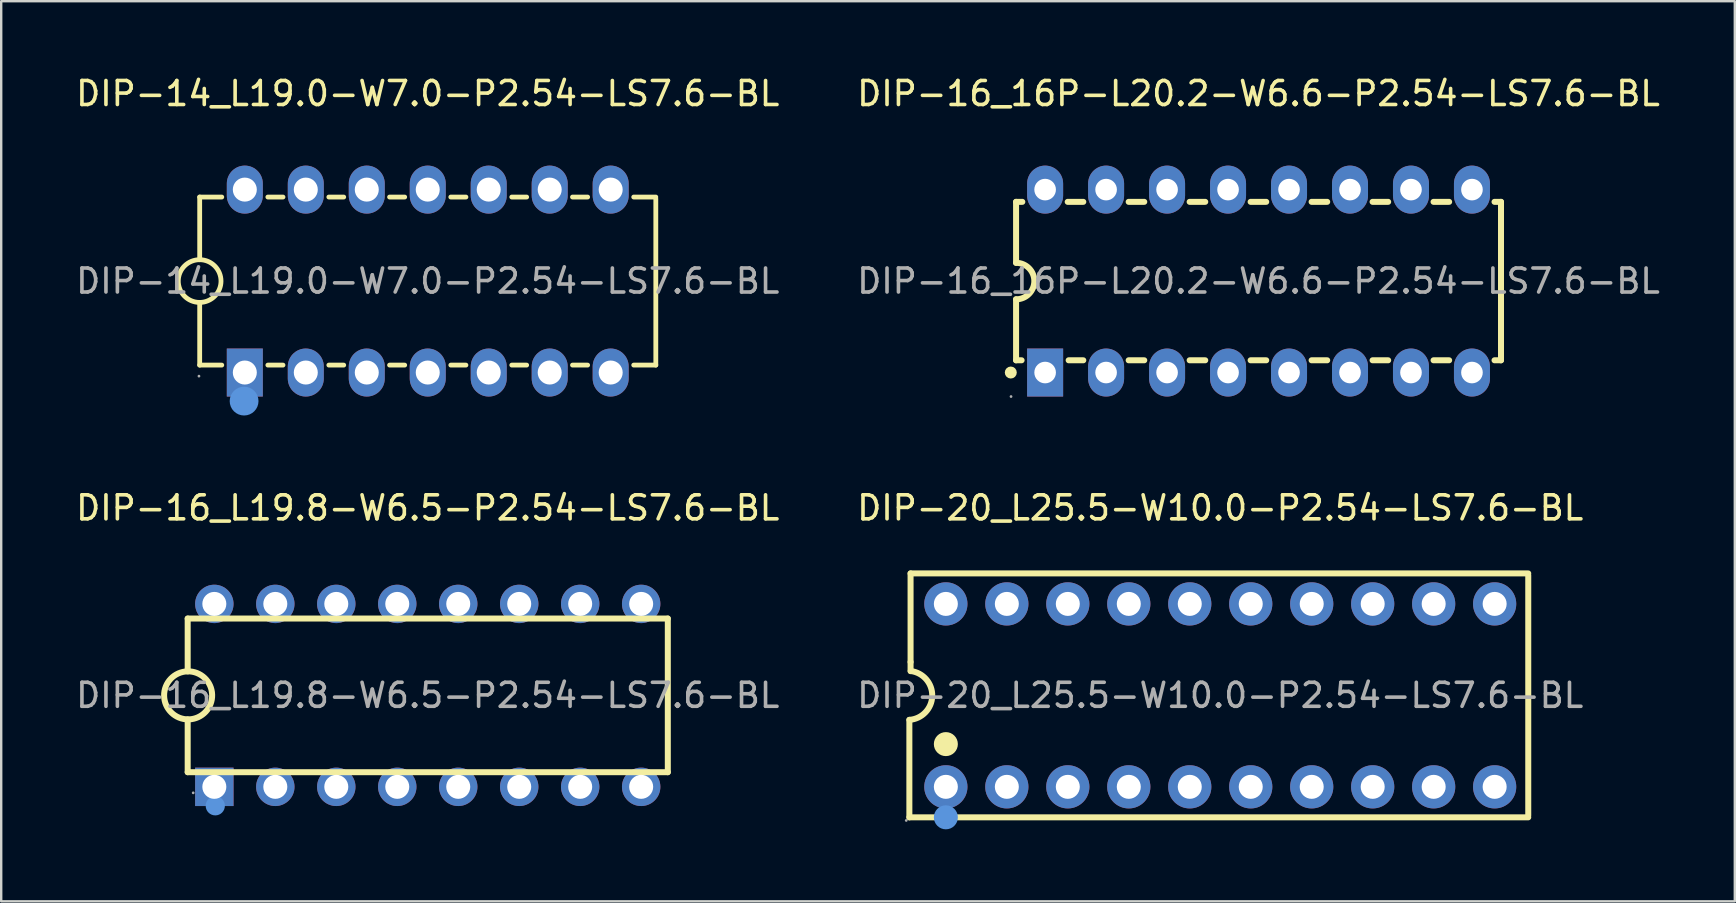
<source format=kicad_pcb>
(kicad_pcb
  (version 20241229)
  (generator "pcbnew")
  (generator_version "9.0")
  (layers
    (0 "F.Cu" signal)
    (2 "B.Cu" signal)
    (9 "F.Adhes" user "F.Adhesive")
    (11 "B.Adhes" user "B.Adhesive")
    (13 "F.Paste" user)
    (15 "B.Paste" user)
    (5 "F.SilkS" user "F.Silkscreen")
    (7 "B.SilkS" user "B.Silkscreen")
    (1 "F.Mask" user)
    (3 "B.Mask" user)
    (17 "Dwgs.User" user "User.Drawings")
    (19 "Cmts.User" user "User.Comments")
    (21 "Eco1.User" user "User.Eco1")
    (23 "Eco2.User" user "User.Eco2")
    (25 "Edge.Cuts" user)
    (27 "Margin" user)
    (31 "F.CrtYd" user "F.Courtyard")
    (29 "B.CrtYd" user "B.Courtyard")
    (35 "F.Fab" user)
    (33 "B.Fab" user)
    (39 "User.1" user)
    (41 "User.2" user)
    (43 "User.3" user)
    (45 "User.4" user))
  (footprint "DIP-16_L19.8-W6.5-P2.54-LS7.6-BL"
    (layer "F.Cu")
    (at 14.768 25.916)
    (property "Reference" "DIP-16_L19.8-W6.5-P2.54-LS7.6-BL" (at 0 -7.81 0) (layer "F.SilkS") (effects (font (size 1 1) (thickness 0.15))))
    (attr through_hole)
    (fp_line (start -10 -1) (end -10 -3.2) (stroke (width 0.25) (type solid)) (layer "F.SilkS"))
    (fp_line (start -10 3.2) (end -10 1) (stroke (width 0.25) (type solid)) (layer "F.SilkS"))
    (fp_line (start 10 -3.2) (end -10 -3.2) (stroke (width 0.25) (type solid)) (layer "F.SilkS"))
    (fp_line (start 10 3.2) (end -10 3.2) (stroke (width 0.25) (type solid)) (layer "F.SilkS"))
    (fp_line (start 10 3.2) (end 10 -3.2) (stroke (width 0.25) (type solid)) (layer "F.SilkS"))
    (fp_arc (start -9.967457 1.000371) (mid -10.001272 -1.000223) (end -9.95 1) (stroke (width 0.25) (type solid)) (layer "F.SilkS"))
    (fp_circle (center -8.85 4.6) (end -8.65 4.6) (stroke (width 0.4) (type solid)) (fill no) (layer "Cmts.User"))
    (fp_circle (center -9.77 4.06) (end -9.74 4.06) (stroke (width 0.06) (type solid)) (fill no) (layer "F.Fab"))
    (fp_circle (center -8.89 -3.75) (end -8.77 -3.75) (stroke (width 0.25) (type solid)) (fill no) (layer "F.Fab"))
    (fp_circle (center -8.89 3.81) (end -8.77 3.81) (stroke (width 0.25) (type solid)) (fill no) (layer "F.Fab"))
    (fp_circle (center -6.35 -3.75) (end -6.23 -3.75) (stroke (width 0.25) (type solid)) (fill no) (layer "F.Fab"))
    (fp_circle (center -6.35 3.75) (end -6.23 3.75) (stroke (width 0.25) (type solid)) (fill no) (layer "F.Fab"))
    (fp_circle (center -3.81 -3.75) (end -3.69 -3.75) (stroke (width 0.25) (type solid)) (fill no) (layer "F.Fab"))
    (fp_circle (center -3.81 3.75) (end -3.69 3.75) (stroke (width 0.25) (type solid)) (fill no) (layer "F.Fab"))
    (fp_circle (center -1.27 -3.81) (end -1.15 -3.81) (stroke (width 0.25) (type solid)) (fill no) (layer "F.Fab"))
    (fp_circle (center -1.27 3.81) (end -1.15 3.81) (stroke (width 0.25) (type solid)) (fill no) (layer "F.Fab"))
    (fp_circle (center 1.27 -3.81) (end 1.39 -3.81) (stroke (width 0.25) (type solid)) (fill no) (layer "F.Fab"))
    (fp_circle (center 1.27 3.81) (end 1.39 3.81) (stroke (width 0.25) (type solid)) (fill no) (layer "F.Fab"))
    (fp_circle (center 3.81 -3.75) (end 3.93 -3.75) (stroke (width 0.25) (type solid)) (fill no) (layer "F.Fab"))
    (fp_circle (center 3.81 3.75) (end 3.93 3.75) (stroke (width 0.25) (type solid)) (fill no) (layer "F.Fab"))
    (fp_circle (center 6.35 -3.75) (end 6.47 -3.75) (stroke (width 0.25) (type solid)) (fill no) (layer "F.Fab"))
    (fp_circle (center 6.35 3.75) (end 6.47 3.75) (stroke (width 0.25) (type solid)) (fill no) (layer "F.Fab"))
    (fp_circle (center 8.89 -3.81) (end 9.01 -3.81) (stroke (width 0.25) (type solid)) (fill no) (layer "F.Fab"))
    (fp_circle (center 8.89 3.75) (end 9.01 3.75) (stroke (width 0.25) (type solid)) (fill no) (layer "F.Fab"))
    (fp_text user "${REFERENCE}" (at 0 0 0) (layer "F.Fab") (effects (font (size 1 1) (thickness 0.15))))
    (pad "1" thru_hole rect (at -8.89 3.81 90) (size 1.6 1.6) (drill 1) (layers "*.Cu" "*.Paste" "*.Mask"))
    (pad "2" thru_hole circle (at -6.35 3.81 90) (size 1.6 1.6) (drill 1) (layers "*.Cu" "*.Paste" "*.Mask"))
    (pad "3" thru_hole circle (at -3.81 3.81 90) (size 1.6 1.6) (drill 1) (layers "*.Cu" "*.Paste" "*.Mask"))
    (pad "4" thru_hole circle (at -1.27 3.81 90) (size 1.6 1.6) (drill 1) (layers "*.Cu" "*.Paste" "*.Mask"))
    (pad "5" thru_hole circle (at 1.27 3.81 90) (size 1.6 1.6) (drill 1) (layers "*.Cu" "*.Paste" "*.Mask"))
    (pad "6" thru_hole circle (at 3.81 3.81 90) (size 1.6 1.6) (drill 1) (layers "*.Cu" "*.Paste" "*.Mask"))
    (pad "7" thru_hole circle (at 6.35 3.81 90) (size 1.6 1.6) (drill 1) (layers "*.Cu" "*.Paste" "*.Mask"))
    (pad "8" thru_hole circle (at 8.89 3.81 90) (size 1.6 1.6) (drill 1) (layers "*.Cu" "*.Paste" "*.Mask"))
    (pad "9" thru_hole circle (at 8.89 -3.81 90) (size 1.6 1.6) (drill 1) (layers "*.Cu" "*.Paste" "*.Mask"))
    (pad "10" thru_hole circle (at 6.35 -3.81 90) (size 1.6 1.6) (drill 1) (layers "*.Cu" "*.Paste" "*.Mask"))
    (pad "11" thru_hole circle (at 3.81 -3.81 90) (size 1.6 1.6) (drill 1) (layers "*.Cu" "*.Paste" "*.Mask"))
    (pad "12" thru_hole circle (at 1.27 -3.81 90) (size 1.6 1.6) (drill 1) (layers "*.Cu" "*.Paste" "*.Mask"))
    (pad "13" thru_hole circle (at -1.27 -3.81 90) (size 1.6 1.6) (drill 1) (layers "*.Cu" "*.Paste" "*.Mask"))
    (pad "14" thru_hole circle (at -3.81 -3.81 90) (size 1.6 1.6) (drill 1) (layers "*.Cu" "*.Paste" "*.Mask"))
    (pad "15" thru_hole circle (at -6.35 -3.81 90) (size 1.6 1.6) (drill 1) (layers "*.Cu" "*.Paste" "*.Mask"))
    (pad "16" thru_hole circle (at -8.89 -3.81 90) (size 1.6 1.6) (drill 1) (layers "*.Cu" "*.Paste" "*.Mask")))
  (footprint "DIP-20_L25.5-W10.0-P2.54-LS7.6-BL"
    (layer "F.Cu")
    (at 47.78 25.916)
    (property "Reference" "DIP-20_L25.5-W10.0-P2.54-LS7.6-BL" (at 0 -7.81 0) (layer "F.SilkS") (effects (font (size 1 1) (thickness 0.15))))
    (attr through_hole)
    (fp_line (start -12.95 5.08) (end -12.95 1.02) (stroke (width 0.25) (type solid)) (layer "F.SilkS"))
    (fp_line (start -12.95 5.08) (end 12.83 5.08) (stroke (width 0.25) (type solid)) (layer "F.SilkS"))
    (fp_line (start -12.9 -5.08) (end -12.9 -1.39) (stroke (width 0.25) (type solid)) (layer "F.SilkS"))
    (fp_line (start -12.9 -5.08) (end 12.83 -5.08) (stroke (width 0.25) (type solid)) (layer "F.SilkS"))
    (fp_line (start -12.9 -1.39) (end -12.9 -1.01) (stroke (width 0.25) (type solid)) (layer "F.SilkS"))
    (fp_line (start 12.83 -5) (end 12.83 5) (stroke (width 0.25) (type solid)) (layer "F.SilkS"))
    (fp_arc (start -12.894089 -1.014616) (mid -11.997987 0.028085) (end -12.95 1.02) (stroke (width 0.25) (type solid)) (layer "F.SilkS"))
    (fp_circle (center -11.43 2.03) (end -11.18 2.03) (stroke (width 0.5) (type solid)) (fill no) (layer "F.SilkS"))
    (fp_circle (center -11.43 5.08) (end -11.18 5.08) (stroke (width 0.5) (type solid)) (fill no) (layer "Cmts.User"))
    (fp_circle (center -13.08 5.21) (end -13.05 5.21) (stroke (width 0.06) (type solid)) (fill no) (layer "F.Fab"))
    (fp_circle (center -11.43 -3.81) (end -11.23 -3.81) (stroke (width 0.4) (type solid)) (fill no) (layer "F.Fab"))
    (fp_circle (center -11.43 3.81) (end -11.23 3.81) (stroke (width 0.4) (type solid)) (fill no) (layer "F.Fab"))
    (fp_circle (center -8.89 -3.81) (end -8.69 -3.81) (stroke (width 0.4) (type solid)) (fill no) (layer "F.Fab"))
    (fp_circle (center -8.89 3.81) (end -8.69 3.81) (stroke (width 0.4) (type solid)) (fill no) (layer "F.Fab"))
    (fp_circle (center -6.35 -3.81) (end -6.15 -3.81) (stroke (width 0.4) (type solid)) (fill no) (layer "F.Fab"))
    (fp_circle (center -6.35 3.81) (end -6.15 3.81) (stroke (width 0.4) (type solid)) (fill no) (layer "F.Fab"))
    (fp_circle (center -3.81 -3.81) (end -3.61 -3.81) (stroke (width 0.4) (type solid)) (fill no) (layer "F.Fab"))
    (fp_circle (center -3.81 3.81) (end -3.61 3.81) (stroke (width 0.4) (type solid)) (fill no) (layer "F.Fab"))
    (fp_circle (center -1.27 -3.81) (end -1.07 -3.81) (stroke (width 0.4) (type solid)) (fill no) (layer "F.Fab"))
    (fp_circle (center -1.27 3.81) (end -1.07 3.81) (stroke (width 0.4) (type solid)) (fill no) (layer "F.Fab"))
    (fp_circle (center 1.27 -3.81) (end 1.47 -3.81) (stroke (width 0.4) (type solid)) (fill no) (layer "F.Fab"))
    (fp_circle (center 1.27 3.81) (end 1.47 3.81) (stroke (width 0.4) (type solid)) (fill no) (layer "F.Fab"))
    (fp_circle (center 3.81 -3.81) (end 4.01 -3.81) (stroke (width 0.4) (type solid)) (fill no) (layer "F.Fab"))
    (fp_circle (center 3.81 3.81) (end 4.01 3.81) (stroke (width 0.4) (type solid)) (fill no) (layer "F.Fab"))
    (fp_circle (center 6.35 -3.81) (end 6.55 -3.81) (stroke (width 0.4) (type solid)) (fill no) (layer "F.Fab"))
    (fp_circle (center 6.35 3.81) (end 6.55 3.81) (stroke (width 0.4) (type solid)) (fill no) (layer "F.Fab"))
    (fp_circle (center 8.89 -3.81) (end 9.09 -3.81) (stroke (width 0.4) (type solid)) (fill no) (layer "F.Fab"))
    (fp_circle (center 8.89 3.81) (end 9.09 3.81) (stroke (width 0.4) (type solid)) (fill no) (layer "F.Fab"))
    (fp_circle (center 11.43 -3.81) (end 11.63 -3.81) (stroke (width 0.4) (type solid)) (fill no) (layer "F.Fab"))
    (fp_circle (center 11.43 3.81) (end 11.63 3.81) (stroke (width 0.4) (type solid)) (fill no) (layer "F.Fab"))
    (fp_text user "${REFERENCE}" (at 0 0 0) (layer "F.Fab") (effects (font (size 1 1) (thickness 0.15))))
    (pad "1" thru_hole circle (at -11.43 3.81) (size 1.8 1.8) (drill 1) (layers "*.Cu" "*.Paste" "*.Mask"))
    (pad "2" thru_hole circle (at -8.89 3.81) (size 1.8 1.8) (drill 1) (layers "*.Cu" "*.Paste" "*.Mask"))
    (pad "3" thru_hole circle (at -6.35 3.81) (size 1.8 1.8) (drill 1) (layers "*.Cu" "*.Paste" "*.Mask"))
    (pad "4" thru_hole circle (at -3.81 3.81) (size 1.8 1.8) (drill 1) (layers "*.Cu" "*.Paste" "*.Mask"))
    (pad "5" thru_hole circle (at -1.27 3.81) (size 1.8 1.8) (drill 1) (layers "*.Cu" "*.Paste" "*.Mask"))
    (pad "6" thru_hole circle (at 1.27 3.81) (size 1.8 1.8) (drill 1) (layers "*.Cu" "*.Paste" "*.Mask"))
    (pad "7" thru_hole circle (at 3.81 3.81) (size 1.8 1.8) (drill 1) (layers "*.Cu" "*.Paste" "*.Mask"))
    (pad "8" thru_hole circle (at 6.35 3.81) (size 1.8 1.8) (drill 1) (layers "*.Cu" "*.Paste" "*.Mask"))
    (pad "9" thru_hole circle (at 8.89 3.81) (size 1.8 1.8) (drill 1) (layers "*.Cu" "*.Paste" "*.Mask"))
    (pad "10" thru_hole circle (at 11.43 3.81) (size 1.8 1.8) (drill 1) (layers "*.Cu" "*.Paste" "*.Mask"))
    (pad "11" thru_hole circle (at 11.43 -3.81) (size 1.8 1.8) (drill 1) (layers "*.Cu" "*.Paste" "*.Mask"))
    (pad "12" thru_hole circle (at 8.89 -3.81) (size 1.8 1.8) (drill 1) (layers "*.Cu" "*.Paste" "*.Mask"))
    (pad "13" thru_hole circle (at 6.35 -3.81) (size 1.8 1.8) (drill 1) (layers "*.Cu" "*.Paste" "*.Mask"))
    (pad "14" thru_hole circle (at 3.81 -3.81) (size 1.8 1.8) (drill 1) (layers "*.Cu" "*.Paste" "*.Mask"))
    (pad "15" thru_hole circle (at 1.27 -3.81) (size 1.8 1.8) (drill 1) (layers "*.Cu" "*.Paste" "*.Mask"))
    (pad "16" thru_hole circle (at -1.27 -3.81) (size 1.8 1.8) (drill 1) (layers "*.Cu" "*.Paste" "*.Mask"))
    (pad "17" thru_hole circle (at -3.81 -3.81) (size 1.8 1.8) (drill 1) (layers "*.Cu" "*.Paste" "*.Mask"))
    (pad "18" thru_hole circle (at -6.35 -3.81) (size 1.8 1.8) (drill 1) (layers "*.Cu" "*.Paste" "*.Mask"))
    (pad "19" thru_hole circle (at -8.89 -3.81) (size 1.8 1.8) (drill 1) (layers "*.Cu" "*.Paste" "*.Mask"))
    (pad "20" thru_hole circle (at -11.43 -3.81) (size 1.8 1.8) (drill 1) (layers "*.Cu" "*.Paste" "*.Mask")))
  (footprint "DIP-14_L19.0-W7.0-P2.54-LS7.6-BL"
    (layer "F.Cu")
    (at 14.768 8.658)
    (property "Reference" "DIP-14_L19.0-W7.0-P2.54-LS7.6-BL" (at 0 -7.81 0) (layer "F.SilkS") (effects (font (size 1 1) (thickness 0.15))))
    (attr through_hole)
    (fp_line (start -9.5 -3.5) (end -9.5 -0.89) (stroke (width 0.2) (type solid)) (layer "F.SilkS"))
    (fp_line (start -9.5 -3.5) (end -8.58 -3.5) (stroke (width 0.2) (type solid)) (layer "F.SilkS"))
    (fp_line (start -9.5 3.5) (end -9.5 0.89) (stroke (width 0.2) (type solid)) (layer "F.SilkS"))
    (fp_line (start -9.5 3.5) (end -8.58 3.5) (stroke (width 0.2) (type solid)) (layer "F.SilkS"))
    (fp_line (start -6.66 -3.5) (end -6.03 -3.5) (stroke (width 0.2) (type solid)) (layer "F.SilkS"))
    (fp_line (start -6.66 3.5) (end -6.03 3.5) (stroke (width 0.2) (type solid)) (layer "F.SilkS"))
    (fp_line (start -4.12 -3.5) (end -3.5 -3.5) (stroke (width 0.2) (type solid)) (layer "F.SilkS"))
    (fp_line (start -4.12 3.5) (end -3.5 3.5) (stroke (width 0.2) (type solid)) (layer "F.SilkS"))
    (fp_line (start -1.59 -3.5) (end -0.96 -3.5) (stroke (width 0.2) (type solid)) (layer "F.SilkS"))
    (fp_line (start -1.59 3.5) (end -0.96 3.5) (stroke (width 0.2) (type solid)) (layer "F.SilkS"))
    (fp_line (start 0.96 -3.5) (end 1.59 -3.5) (stroke (width 0.2) (type solid)) (layer "F.SilkS"))
    (fp_line (start 0.96 3.5) (end 1.59 3.5) (stroke (width 0.2) (type solid)) (layer "F.SilkS"))
    (fp_line (start 3.5 -3.5) (end 4.12 -3.5) (stroke (width 0.2) (type solid)) (layer "F.SilkS"))
    (fp_line (start 3.5 3.5) (end 4.12 3.5) (stroke (width 0.2) (type solid)) (layer "F.SilkS"))
    (fp_line (start 6.03 -3.5) (end 6.66 -3.5) (stroke (width 0.2) (type solid)) (layer "F.SilkS"))
    (fp_line (start 6.03 3.5) (end 6.66 3.5) (stroke (width 0.2) (type solid)) (layer "F.SilkS"))
    (fp_line (start 8.58 -3.5) (end 9.5 -3.5) (stroke (width 0.2) (type solid)) (layer "F.SilkS"))
    (fp_line (start 8.58 3.5) (end 9.5 3.5) (stroke (width 0.2) (type solid)) (layer "F.SilkS"))
    (fp_line (start 9.5 3.5) (end 9.5 -3.43) (stroke (width 0.2) (type solid)) (layer "F.SilkS"))
    (fp_arc (start -9.515533 0.889864) (mid -9.492233 -0.889966) (end -9.5 0.89) (stroke (width 0.2) (type solid)) (layer "F.SilkS"))
    (fp_circle (center -7.65 5) (end -7.35 5) (stroke (width 0.6) (type solid)) (fill no) (layer "Cmts.User"))
    (fp_circle (center -9.53 3.96) (end -9.5 3.96) (stroke (width 0.06) (type solid)) (fill no) (layer "F.Fab"))
    (fp_text user "${REFERENCE}" (at 0 0 0) (layer "F.Fab") (effects (font (size 1 1) (thickness 0.15))))
    (pad "1" thru_hole rect (at -7.62 3.81 90) (size 2 1.5) (drill 1) (layers "*.Cu" "*.Paste" "*.Mask"))
    (pad "2" thru_hole oval (at -5.08 3.81 90) (size 2 1.5) (drill 1) (layers "*.Cu" "*.Paste" "*.Mask"))
    (pad "3" thru_hole oval (at -2.54 3.81 90) (size 2 1.5) (drill 1) (layers "*.Cu" "*.Paste" "*.Mask"))
    (pad "4" thru_hole oval (at 0 3.81 90) (size 2 1.5) (drill 1) (layers "*.Cu" "*.Paste" "*.Mask"))
    (pad "5" thru_hole oval (at 2.54 3.81 90) (size 2 1.5) (drill 1) (layers "*.Cu" "*.Paste" "*.Mask"))
    (pad "6" thru_hole oval (at 5.08 3.81 90) (size 2 1.5) (drill 1) (layers "*.Cu" "*.Paste" "*.Mask"))
    (pad "7" thru_hole oval (at 7.62 3.81 90) (size 2 1.5) (drill 1) (layers "*.Cu" "*.Paste" "*.Mask"))
    (pad "8" thru_hole oval (at 7.62 -3.81 90) (size 2 1.5) (drill 1) (layers "*.Cu" "*.Paste" "*.Mask"))
    (pad "9" thru_hole oval (at 5.08 -3.81 90) (size 2 1.5) (drill 1) (layers "*.Cu" "*.Paste" "*.Mask"))
    (pad "10" thru_hole oval (at 2.54 -3.81 90) (size 2 1.5) (drill 1) (layers "*.Cu" "*.Paste" "*.Mask"))
    (pad "11" thru_hole oval (at 0 -3.81 90) (size 2 1.5) (drill 1) (layers "*.Cu" "*.Paste" "*.Mask"))
    (pad "12" thru_hole oval (at -2.54 -3.81 90) (size 2 1.5) (drill 1) (layers "*.Cu" "*.Paste" "*.Mask"))
    (pad "13" thru_hole oval (at -5.08 -3.81 90) (size 2 1.5) (drill 1) (layers "*.Cu" "*.Paste" "*.Mask"))
    (pad "14" thru_hole oval (at -7.62 -3.81 90) (size 2 1.5) (drill 1) (layers "*.Cu" "*.Paste" "*.Mask")))
  (footprint "DIP-16_16P-L20.2-W6.6-P2.54-LS7.6-BL"
    (layer "F.Cu")
    (at 49.375 8.658)
    (property "Reference" "DIP-16_16P-L20.2-W6.6-P2.54-LS7.6-BL" (at 0 -7.81 0) (layer "F.SilkS") (effects (font (size 1 1) (thickness 0.15))))
    (attr through_hole)
    (fp_line (start -10.1 -3.3) (end -10.1 -0.76) (stroke (width 0.25) (type solid)) (layer "F.SilkS"))
    (fp_line (start -10.1 -3.3) (end -9.84 -3.3) (stroke (width 0.25) (type solid)) (layer "F.SilkS"))
    (fp_line (start -10.1 3.3) (end -10.1 0.76) (stroke (width 0.25) (type solid)) (layer "F.SilkS"))
    (fp_line (start -9.87 3.3) (end -10.1 3.3) (stroke (width 0.25) (type solid)) (layer "F.SilkS"))
    (fp_line (start -7.95 -3.3) (end -7.3 -3.3) (stroke (width 0.25) (type solid)) (layer "F.SilkS"))
    (fp_line (start -7.3 3.3) (end -7.91 3.3) (stroke (width 0.25) (type solid)) (layer "F.SilkS"))
    (fp_line (start -5.41 -3.3) (end -4.76 -3.3) (stroke (width 0.25) (type solid)) (layer "F.SilkS"))
    (fp_line (start -4.76 3.3) (end -5.41 3.3) (stroke (width 0.25) (type solid)) (layer "F.SilkS"))
    (fp_line (start -2.87 -3.3) (end -2.22 -3.3) (stroke (width 0.25) (type solid)) (layer "F.SilkS"))
    (fp_line (start -2.22 3.3) (end -2.87 3.3) (stroke (width 0.25) (type solid)) (layer "F.SilkS"))
    (fp_line (start -0.33 -3.3) (end 0.32 -3.3) (stroke (width 0.25) (type solid)) (layer "F.SilkS"))
    (fp_line (start 0.32 3.3) (end -0.33 3.3) (stroke (width 0.25) (type solid)) (layer "F.SilkS"))
    (fp_line (start 2.21 -3.3) (end 2.86 -3.3) (stroke (width 0.25) (type solid)) (layer "F.SilkS"))
    (fp_line (start 2.86 3.3) (end 2.21 3.3) (stroke (width 0.25) (type solid)) (layer "F.SilkS"))
    (fp_line (start 4.75 -3.3) (end 5.4 -3.3) (stroke (width 0.25) (type solid)) (layer "F.SilkS"))
    (fp_line (start 5.4 3.3) (end 4.75 3.3) (stroke (width 0.25) (type solid)) (layer "F.SilkS"))
    (fp_line (start 7.29 -3.3) (end 7.94 -3.3) (stroke (width 0.25) (type solid)) (layer "F.SilkS"))
    (fp_line (start 7.94 3.3) (end 7.29 3.3) (stroke (width 0.25) (type solid)) (layer "F.SilkS"))
    (fp_line (start 9.83 -3.3) (end 10.1 -3.3) (stroke (width 0.25) (type solid)) (layer "F.SilkS"))
    (fp_line (start 10.1 3.3) (end 9.83 3.3) (stroke (width 0.25) (type solid)) (layer "F.SilkS"))
    (fp_line (start 10.1 3.3) (end 10.1 -3.3) (stroke (width 0.25) (type solid)) (layer "F.SilkS"))
    (fp_arc (start -10.32 3.81) (mid -10.32 3.81) (end -10.32 3.81) (stroke (width 0.25) (type solid)) (layer "F.SilkS"))
    (fp_arc (start -10.1 -0.76) (mid -9.34 0) (end -10.1 0.76) (stroke (width 0.25) (type solid)) (layer "F.SilkS"))
    (fp_circle (center -10.31 4.81) (end -10.28 4.81) (stroke (width 0.06) (type solid)) (fill no) (layer "F.Fab"))
    (fp_circle (center -8.89 -3.81) (end -8.71 -3.81) (stroke (width 0.35) (type solid)) (fill no) (layer "F.Fab"))
    (fp_circle (center -8.89 3.81) (end -8.71 3.81) (stroke (width 0.35) (type solid)) (fill no) (layer "F.Fab"))
    (fp_circle (center -6.35 -3.81) (end -6.17 -3.81) (stroke (width 0.35) (type solid)) (fill no) (layer "F.Fab"))
    (fp_circle (center -6.35 3.81) (end -6.17 3.81) (stroke (width 0.35) (type solid)) (fill no) (layer "F.Fab"))
    (fp_circle (center -3.81 -3.81) (end -3.63 -3.81) (stroke (width 0.35) (type solid)) (fill no) (layer "F.Fab"))
    (fp_circle (center -3.81 3.81) (end -3.63 3.81) (stroke (width 0.35) (type solid)) (fill no) (layer "F.Fab"))
    (fp_circle (center -1.27 -3.81) (end -1.09 -3.81) (stroke (width 0.35) (type solid)) (fill no) (layer "F.Fab"))
    (fp_circle (center -1.27 3.81) (end -1.09 3.81) (stroke (width 0.35) (type solid)) (fill no) (layer "F.Fab"))
    (fp_circle (center 1.27 -3.81) (end 1.45 -3.81) (stroke (width 0.35) (type solid)) (fill no) (layer "F.Fab"))
    (fp_circle (center 1.27 3.81) (end 1.45 3.81) (stroke (width 0.35) (type solid)) (fill no) (layer "F.Fab"))
    (fp_circle (center 3.81 -3.81) (end 3.99 -3.81) (stroke (width 0.35) (type solid)) (fill no) (layer "F.Fab"))
    (fp_circle (center 3.81 3.81) (end 3.99 3.81) (stroke (width 0.35) (type solid)) (fill no) (layer "F.Fab"))
    (fp_circle (center 6.35 -3.81) (end 6.53 -3.81) (stroke (width 0.35) (type solid)) (fill no) (layer "F.Fab"))
    (fp_circle (center 6.35 3.81) (end 6.53 3.81) (stroke (width 0.35) (type solid)) (fill no) (layer "F.Fab"))
    (fp_circle (center 8.89 -3.81) (end 9.07 -3.81) (stroke (width 0.35) (type solid)) (fill no) (layer "F.Fab"))
    (fp_circle (center 8.89 3.81) (end 9.07 3.81) (stroke (width 0.35) (type solid)) (fill no) (layer "F.Fab"))
    (fp_text user "${REFERENCE}" (at 0 0 0) (layer "F.Fab") (effects (font (size 1 1) (thickness 0.15))))
    (pad "1" thru_hole rect (at -8.89 3.81 90) (size 2 1.5) (drill 0.9) (layers "*.Cu" "*.Paste" "*.Mask"))
    (pad "2" thru_hole oval (at -6.35 3.81 90) (size 2 1.5) (drill 0.9) (layers "*.Cu" "*.Paste" "*.Mask"))
    (pad "3" thru_hole oval (at -3.81 3.81 90) (size 2 1.5) (drill 0.9) (layers "*.Cu" "*.Paste" "*.Mask"))
    (pad "4" thru_hole oval (at -1.27 3.81 90) (size 2 1.5) (drill 0.9) (layers "*.Cu" "*.Paste" "*.Mask"))
    (pad "5" thru_hole oval (at 1.27 3.81 90) (size 2 1.5) (drill 0.9) (layers "*.Cu" "*.Paste" "*.Mask"))
    (pad "6" thru_hole oval (at 3.81 3.81 90) (size 2 1.5) (drill 0.9) (layers "*.Cu" "*.Paste" "*.Mask"))
    (pad "7" thru_hole oval (at 6.35 3.81 90) (size 2 1.5) (drill 0.9) (layers "*.Cu" "*.Paste" "*.Mask"))
    (pad "8" thru_hole oval (at 8.89 3.81 90) (size 2 1.5) (drill 0.9) (layers "*.Cu" "*.Paste" "*.Mask"))
    (pad "9" thru_hole oval (at 8.89 -3.81 90) (size 2 1.5) (drill 0.9) (layers "*.Cu" "*.Paste" "*.Mask"))
    (pad "10" thru_hole oval (at 6.35 -3.81 90) (size 2 1.5) (drill 0.9) (layers "*.Cu" "*.Paste" "*.Mask"))
    (pad "11" thru_hole oval (at 3.81 -3.81 90) (size 2 1.5) (drill 0.9) (layers "*.Cu" "*.Paste" "*.Mask"))
    (pad "12" thru_hole oval (at 1.27 -3.81 90) (size 2 1.5) (drill 0.9) (layers "*.Cu" "*.Paste" "*.Mask"))
    (pad "13" thru_hole oval (at -1.27 -3.81 90) (size 2 1.5) (drill 0.9) (layers "*.Cu" "*.Paste" "*.Mask"))
    (pad "14" thru_hole oval (at -3.81 -3.81 90) (size 2 1.5) (drill 0.9) (layers "*.Cu" "*.Paste" "*.Mask"))
    (pad "15" thru_hole oval (at -6.35 -3.81 90) (size 2 1.5) (drill 0.9) (layers "*.Cu" "*.Paste" "*.Mask"))
    (pad "16" thru_hole oval (at -8.89 -3.81 90) (size 2 1.5) (drill 0.9) (layers "*.Cu" "*.Paste" "*.Mask")))
  (gr_rect
    (start -3 -3)
    (end 69.214 34.496)
    (stroke (width 0.1) (type default))
    (fill no)
    (layer "Edge.Cuts")))
</source>
